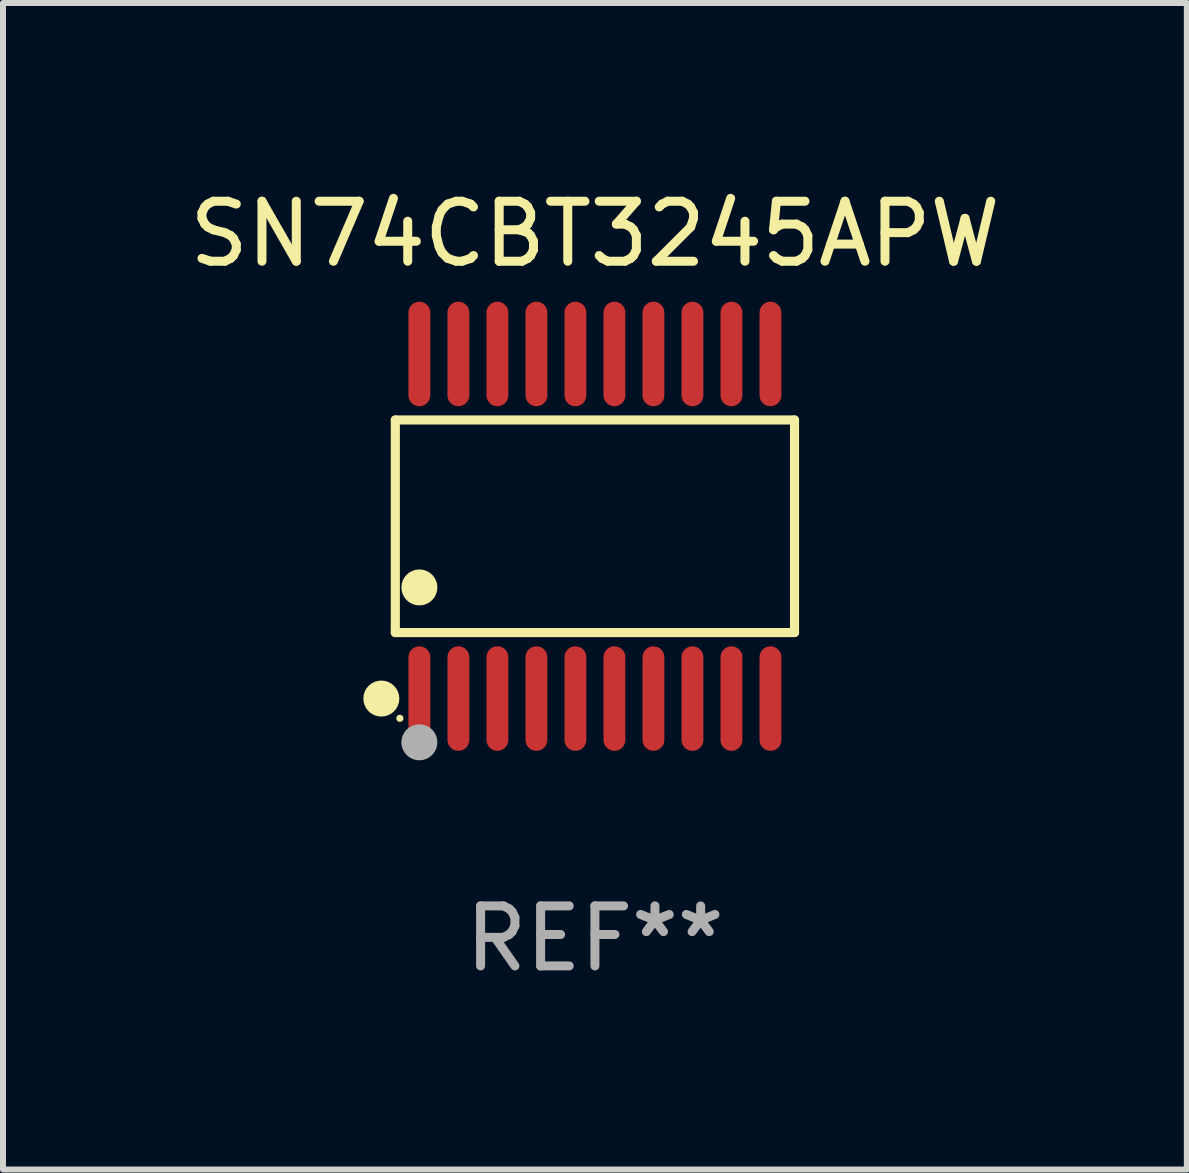
<source format=kicad_pcb>
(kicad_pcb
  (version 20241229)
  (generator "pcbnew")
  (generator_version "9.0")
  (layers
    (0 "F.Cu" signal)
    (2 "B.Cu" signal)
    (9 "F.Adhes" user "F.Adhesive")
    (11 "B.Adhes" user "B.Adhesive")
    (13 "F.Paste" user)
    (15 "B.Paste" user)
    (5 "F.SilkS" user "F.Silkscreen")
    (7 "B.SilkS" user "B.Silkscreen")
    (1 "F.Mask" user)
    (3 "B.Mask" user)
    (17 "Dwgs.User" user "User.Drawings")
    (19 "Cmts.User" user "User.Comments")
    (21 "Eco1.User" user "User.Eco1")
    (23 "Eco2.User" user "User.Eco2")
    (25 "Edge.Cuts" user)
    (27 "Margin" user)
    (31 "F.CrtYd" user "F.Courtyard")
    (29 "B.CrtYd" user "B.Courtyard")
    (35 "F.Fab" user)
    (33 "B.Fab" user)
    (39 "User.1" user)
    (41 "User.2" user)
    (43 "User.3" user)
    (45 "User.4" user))
  (footprint "SN74CBT3245APW"
    (layer "F.Cu")
    (at 6.863 5.719)
    (property "Reference" "SN74CBT3245APW" (at 0 -4.871 0) (layer "F.SilkS") (effects (font (size 1 1) (thickness 0.15))))
    (attr through_hole)
    (fp_line (start -3.326 -1.771) (end 3.326 -1.771) (stroke (width 0.152) (type solid)) (layer "F.SilkS"))
    (fp_line (start -3.326 1.771) (end -3.326 -1.771) (stroke (width 0.152) (type solid)) (layer "F.SilkS"))
    (fp_line (start 3.326 -1.771) (end 3.326 1.771) (stroke (width 0.152) (type solid)) (layer "F.SilkS"))
    (fp_line (start 3.326 1.771) (end -3.326 1.771) (stroke (width 0.152) (type solid)) (layer "F.SilkS"))
    (fp_circle (center -3.559 2.871) (end -3.409 2.871) (stroke (width 0.3) (type solid)) (fill no) (layer "F.SilkS"))
    (fp_circle (center -3.25 3.2) (end -3.22 3.2) (stroke (width 0.06) (type solid)) (fill no) (layer "F.SilkS"))
    (fp_circle (center -2.925 1.019) (end -2.775 1.019) (stroke (width 0.3) (type solid)) (fill no) (layer "F.SilkS"))
    (fp_circle (center -2.925 3.6) (end -2.775 3.6) (stroke (width 0.3) (type solid)) (fill no) (layer "F.Fab"))
    (fp_text user "REF**" (at 0 6.871 0) (layer "F.Fab") (effects (font (size 1 1) (thickness 0.15))))
    (pad "1" smd oval (at -2.925 2.871) (size 0.364 1.742) (layers "F.Cu" "F.Mask" "F.Paste"))
    (pad "2" smd oval (at -2.275 2.871) (size 0.364 1.742) (layers "F.Cu" "F.Mask" "F.Paste"))
    (pad "3" smd oval (at -1.625 2.871) (size 0.364 1.742) (layers "F.Cu" "F.Mask" "F.Paste"))
    (pad "4" smd oval (at -0.975 2.871) (size 0.364 1.742) (layers "F.Cu" "F.Mask" "F.Paste"))
    (pad "5" smd oval (at -0.325 2.871) (size 0.364 1.742) (layers "F.Cu" "F.Mask" "F.Paste"))
    (pad "6" smd oval (at 0.325 2.871) (size 0.364 1.742) (layers "F.Cu" "F.Mask" "F.Paste"))
    (pad "7" smd oval (at 0.975 2.871) (size 0.364 1.742) (layers "F.Cu" "F.Mask" "F.Paste"))
    (pad "8" smd oval (at 1.625 2.871) (size 0.364 1.742) (layers "F.Cu" "F.Mask" "F.Paste"))
    (pad "9" smd oval (at 2.275 2.871) (size 0.364 1.742) (layers "F.Cu" "F.Mask" "F.Paste"))
    (pad "10" smd oval (at 2.925 2.871) (size 0.364 1.742) (layers "F.Cu" "F.Mask" "F.Paste"))
    (pad "11" smd oval (at 2.925 -2.871) (size 0.364 1.742) (layers "F.Cu" "F.Mask" "F.Paste"))
    (pad "12" smd oval (at 2.275 -2.871) (size 0.364 1.742) (layers "F.Cu" "F.Mask" "F.Paste"))
    (pad "13" smd oval (at 1.625 -2.871) (size 0.364 1.742) (layers "F.Cu" "F.Mask" "F.Paste"))
    (pad "14" smd oval (at 0.975 -2.871) (size 0.364 1.742) (layers "F.Cu" "F.Mask" "F.Paste"))
    (pad "15" smd oval (at 0.325 -2.871) (size 0.364 1.742) (layers "F.Cu" "F.Mask" "F.Paste"))
    (pad "16" smd oval (at -0.325 -2.871) (size 0.364 1.742) (layers "F.Cu" "F.Mask" "F.Paste"))
    (pad "17" smd oval (at -0.975 -2.871) (size 0.364 1.742) (layers "F.Cu" "F.Mask" "F.Paste"))
    (pad "18" smd oval (at -1.625 -2.871) (size 0.364 1.742) (layers "F.Cu" "F.Mask" "F.Paste"))
    (pad "19" smd oval (at -2.275 -2.871) (size 0.364 1.742) (layers "F.Cu" "F.Mask" "F.Paste"))
    (pad "20" smd oval (at -2.925 -2.871) (size 0.364 1.742) (layers "F.Cu" "F.Mask" "F.Paste")))
  (gr_rect
    (start -3 -3)
    (end 16.726 16.438)
    (stroke (width 0.1) (type default))
    (fill no)
    (layer "Edge.Cuts")))
</source>
